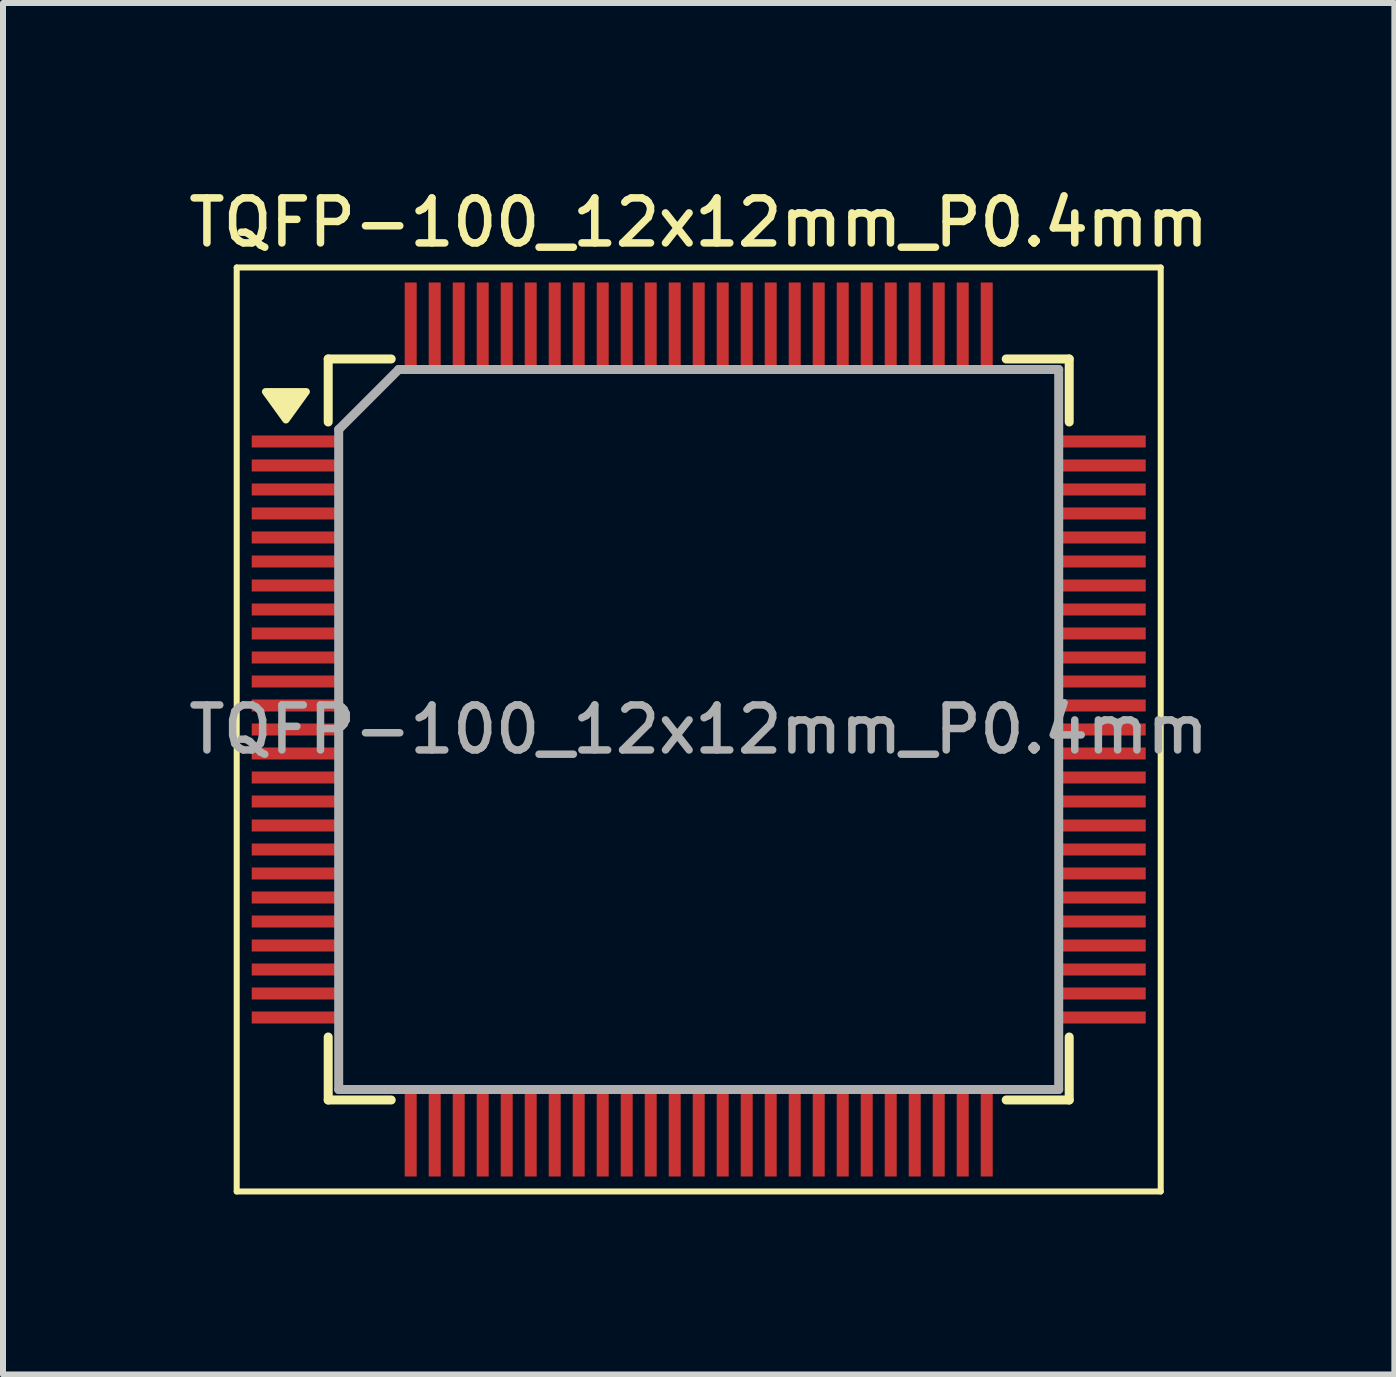
<source format=kicad_pcb>
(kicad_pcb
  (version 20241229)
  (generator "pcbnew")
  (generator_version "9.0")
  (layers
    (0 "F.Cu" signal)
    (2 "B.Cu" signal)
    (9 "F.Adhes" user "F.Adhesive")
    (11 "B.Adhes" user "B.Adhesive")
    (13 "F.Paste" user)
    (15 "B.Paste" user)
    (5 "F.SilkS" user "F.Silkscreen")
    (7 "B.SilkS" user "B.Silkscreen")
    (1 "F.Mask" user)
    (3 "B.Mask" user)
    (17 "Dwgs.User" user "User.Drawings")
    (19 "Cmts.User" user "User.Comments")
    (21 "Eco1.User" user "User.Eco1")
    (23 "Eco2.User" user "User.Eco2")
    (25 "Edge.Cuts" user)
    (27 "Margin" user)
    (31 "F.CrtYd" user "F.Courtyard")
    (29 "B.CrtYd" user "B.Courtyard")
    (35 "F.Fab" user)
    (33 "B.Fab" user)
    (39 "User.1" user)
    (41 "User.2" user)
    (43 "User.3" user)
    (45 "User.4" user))
  (footprint "TQFP-100_12x12mm_P0.4mm"
    (layer "F.Cu")
    (at 8.595 9.108)
    (property "Reference" "TQFP-100_12x12mm_P0.4mm" (at 0 -8.45 0) (layer "F.SilkS") (effects (font (size 0.75 0.75) (thickness 0.125))))
    (attr smd)
    (fp_line (start -7.7 -7.7) (end -7.7 7.7) (stroke (width 0.1) (type solid)) (layer "F.SilkS"))
    (fp_line (start -7.7 -7.7) (end 7.7 -7.7) (stroke (width 0.1) (type solid)) (layer "F.SilkS"))
    (fp_line (start -7.7 7.7) (end 7.7 7.7) (stroke (width 0.1) (type solid)) (layer "F.SilkS"))
    (fp_line (start -6.175 -6.175) (end -5.125 -6.175) (stroke (width 0.15) (type solid)) (layer "F.SilkS"))
    (fp_line (start -6.175 -5.125) (end -6.175 -6.175) (stroke (width 0.15) (type solid)) (layer "F.SilkS"))
    (fp_line (start -6.175 6.175) (end -6.175 5.125) (stroke (width 0.15) (type solid)) (layer "F.SilkS"))
    (fp_line (start -6.175 6.175) (end -5.125 6.175) (stroke (width 0.15) (type solid)) (layer "F.SilkS"))
    (fp_line (start 6.175 -6.175) (end 5.125 -6.175) (stroke (width 0.15) (type solid)) (layer "F.SilkS"))
    (fp_line (start 6.175 -6.175) (end 6.175 -5.125) (stroke (width 0.15) (type solid)) (layer "F.SilkS"))
    (fp_line (start 6.175 6.175) (end 5.125 6.175) (stroke (width 0.15) (type solid)) (layer "F.SilkS"))
    (fp_line (start 6.175 6.175) (end 6.175 5.125) (stroke (width 0.15) (type solid)) (layer "F.SilkS"))
    (fp_line (start 7.7 -7.7) (end 7.7 7.7) (stroke (width 0.1) (type solid)) (layer "F.SilkS"))
    (fp_poly (pts (xy -6.88 -5.16) (xy -7.22 -5.63) (xy -6.54 -5.63) (xy -6.88 -5.16)) (stroke (width 0.12) (type solid)) (fill yes) (layer "F.SilkS"))
    (fp_line (start -6 -5) (end -5 -6) (stroke (width 0.15) (type solid)) (layer "F.Fab"))
    (fp_line (start -6 6) (end -6 -5) (stroke (width 0.15) (type solid)) (layer "F.Fab"))
    (fp_line (start -5 -6) (end 6 -6) (stroke (width 0.15) (type solid)) (layer "F.Fab"))
    (fp_line (start 6 -6) (end 6 6) (stroke (width 0.15) (type solid)) (layer "F.Fab"))
    (fp_line (start 6 6) (end -6 6) (stroke (width 0.15) (type solid)) (layer "F.Fab"))
    (fp_text user "${REFERENCE}" (at 0 0 0) (layer "F.Fab") (effects (font (size 0.75 0.75) (thickness 0.125))))
    (pad "1" smd rect (at -6.7 -4.8) (size 1.5 0.2) (layers "F.Cu" "F.Mask" "F.Paste"))
    (pad "2" smd rect (at -6.7 -4.4) (size 1.5 0.2) (layers "F.Cu" "F.Mask" "F.Paste"))
    (pad "3" smd rect (at -6.7 -4) (size 1.5 0.2) (layers "F.Cu" "F.Mask" "F.Paste"))
    (pad "4" smd rect (at -6.7 -3.6) (size 1.5 0.2) (layers "F.Cu" "F.Mask" "F.Paste"))
    (pad "5" smd rect (at -6.7 -3.2) (size 1.5 0.2) (layers "F.Cu" "F.Mask" "F.Paste"))
    (pad "6" smd rect (at -6.7 -2.8) (size 1.5 0.2) (layers "F.Cu" "F.Mask" "F.Paste"))
    (pad "7" smd rect (at -6.7 -2.4) (size 1.5 0.2) (layers "F.Cu" "F.Mask" "F.Paste"))
    (pad "8" smd rect (at -6.7 -2) (size 1.5 0.2) (layers "F.Cu" "F.Mask" "F.Paste"))
    (pad "9" smd rect (at -6.7 -1.6) (size 1.5 0.2) (layers "F.Cu" "F.Mask" "F.Paste"))
    (pad "10" smd rect (at -6.7 -1.2) (size 1.5 0.2) (layers "F.Cu" "F.Mask" "F.Paste"))
    (pad "11" smd rect (at -6.7 -0.8) (size 1.5 0.2) (layers "F.Cu" "F.Mask" "F.Paste"))
    (pad "12" smd rect (at -6.7 -0.4) (size 1.5 0.2) (layers "F.Cu" "F.Mask" "F.Paste"))
    (pad "13" smd rect (at -6.7 0) (size 1.5 0.2) (layers "F.Cu" "F.Mask" "F.Paste"))
    (pad "14" smd rect (at -6.7 0.4) (size 1.5 0.2) (layers "F.Cu" "F.Mask" "F.Paste"))
    (pad "15" smd rect (at -6.7 0.8) (size 1.5 0.2) (layers "F.Cu" "F.Mask" "F.Paste"))
    (pad "16" smd rect (at -6.7 1.2) (size 1.5 0.2) (layers "F.Cu" "F.Mask" "F.Paste"))
    (pad "17" smd rect (at -6.7 1.6) (size 1.5 0.2) (layers "F.Cu" "F.Mask" "F.Paste"))
    (pad "18" smd rect (at -6.7 2) (size 1.5 0.2) (layers "F.Cu" "F.Mask" "F.Paste"))
    (pad "19" smd rect (at -6.7 2.4) (size 1.5 0.2) (layers "F.Cu" "F.Mask" "F.Paste"))
    (pad "20" smd rect (at -6.7 2.8) (size 1.5 0.2) (layers "F.Cu" "F.Mask" "F.Paste"))
    (pad "21" smd rect (at -6.7 3.2) (size 1.5 0.2) (layers "F.Cu" "F.Mask" "F.Paste"))
    (pad "22" smd rect (at -6.7 3.6) (size 1.5 0.2) (layers "F.Cu" "F.Mask" "F.Paste"))
    (pad "23" smd rect (at -6.7 4) (size 1.5 0.2) (layers "F.Cu" "F.Mask" "F.Paste"))
    (pad "24" smd rect (at -6.7 4.4) (size 1.5 0.2) (layers "F.Cu" "F.Mask" "F.Paste"))
    (pad "25" smd rect (at -6.7 4.8) (size 1.5 0.2) (layers "F.Cu" "F.Mask" "F.Paste"))
    (pad "26" smd rect (at -4.8 6.7 90) (size 1.5 0.2) (layers "F.Cu" "F.Mask" "F.Paste"))
    (pad "27" smd rect (at -4.4 6.7 90) (size 1.5 0.2) (layers "F.Cu" "F.Mask" "F.Paste"))
    (pad "28" smd rect (at -4 6.7 90) (size 1.5 0.2) (layers "F.Cu" "F.Mask" "F.Paste"))
    (pad "29" smd rect (at -3.6 6.7 90) (size 1.5 0.2) (layers "F.Cu" "F.Mask" "F.Paste"))
    (pad "30" smd rect (at -3.2 6.7 90) (size 1.5 0.2) (layers "F.Cu" "F.Mask" "F.Paste"))
    (pad "31" smd rect (at -2.8 6.7 90) (size 1.5 0.2) (layers "F.Cu" "F.Mask" "F.Paste"))
    (pad "32" smd rect (at -2.4 6.7 90) (size 1.5 0.2) (layers "F.Cu" "F.Mask" "F.Paste"))
    (pad "33" smd rect (at -2 6.7 90) (size 1.5 0.2) (layers "F.Cu" "F.Mask" "F.Paste"))
    (pad "34" smd rect (at -1.6 6.7 90) (size 1.5 0.2) (layers "F.Cu" "F.Mask" "F.Paste"))
    (pad "35" smd rect (at -1.2 6.7 90) (size 1.5 0.2) (layers "F.Cu" "F.Mask" "F.Paste"))
    (pad "36" smd rect (at -0.8 6.7 90) (size 1.5 0.2) (layers "F.Cu" "F.Mask" "F.Paste"))
    (pad "37" smd rect (at -0.4 6.7 90) (size 1.5 0.2) (layers "F.Cu" "F.Mask" "F.Paste"))
    (pad "38" smd rect (at 0 6.7 90) (size 1.5 0.2) (layers "F.Cu" "F.Mask" "F.Paste"))
    (pad "39" smd rect (at 0.4 6.7 90) (size 1.5 0.2) (layers "F.Cu" "F.Mask" "F.Paste"))
    (pad "40" smd rect (at 0.8 6.7 90) (size 1.5 0.2) (layers "F.Cu" "F.Mask" "F.Paste"))
    (pad "41" smd rect (at 1.2 6.7 90) (size 1.5 0.2) (layers "F.Cu" "F.Mask" "F.Paste"))
    (pad "42" smd rect (at 1.6 6.7 90) (size 1.5 0.2) (layers "F.Cu" "F.Mask" "F.Paste"))
    (pad "43" smd rect (at 2 6.7 90) (size 1.5 0.2) (layers "F.Cu" "F.Mask" "F.Paste"))
    (pad "44" smd rect (at 2.4 6.7 90) (size 1.5 0.2) (layers "F.Cu" "F.Mask" "F.Paste"))
    (pad "45" smd rect (at 2.8 6.7 90) (size 1.5 0.2) (layers "F.Cu" "F.Mask" "F.Paste"))
    (pad "46" smd rect (at 3.2 6.7 90) (size 1.5 0.2) (layers "F.Cu" "F.Mask" "F.Paste"))
    (pad "47" smd rect (at 3.6 6.7 90) (size 1.5 0.2) (layers "F.Cu" "F.Mask" "F.Paste"))
    (pad "48" smd rect (at 4 6.7 90) (size 1.5 0.2) (layers "F.Cu" "F.Mask" "F.Paste"))
    (pad "49" smd rect (at 4.4 6.7 90) (size 1.5 0.2) (layers "F.Cu" "F.Mask" "F.Paste"))
    (pad "50" smd rect (at 4.8 6.7 90) (size 1.5 0.2) (layers "F.Cu" "F.Mask" "F.Paste"))
    (pad "51" smd rect (at 6.7 4.8) (size 1.5 0.2) (layers "F.Cu" "F.Mask" "F.Paste"))
    (pad "52" smd rect (at 6.7 4.4) (size 1.5 0.2) (layers "F.Cu" "F.Mask" "F.Paste"))
    (pad "53" smd rect (at 6.7 4) (size 1.5 0.2) (layers "F.Cu" "F.Mask" "F.Paste"))
    (pad "54" smd rect (at 6.7 3.6) (size 1.5 0.2) (layers "F.Cu" "F.Mask" "F.Paste"))
    (pad "55" smd rect (at 6.7 3.2) (size 1.5 0.2) (layers "F.Cu" "F.Mask" "F.Paste"))
    (pad "56" smd rect (at 6.7 2.8) (size 1.5 0.2) (layers "F.Cu" "F.Mask" "F.Paste"))
    (pad "57" smd rect (at 6.7 2.4) (size 1.5 0.2) (layers "F.Cu" "F.Mask" "F.Paste"))
    (pad "58" smd rect (at 6.7 2) (size 1.5 0.2) (layers "F.Cu" "F.Mask" "F.Paste"))
    (pad "59" smd rect (at 6.7 1.6) (size 1.5 0.2) (layers "F.Cu" "F.Mask" "F.Paste"))
    (pad "60" smd rect (at 6.7 1.2) (size 1.5 0.2) (layers "F.Cu" "F.Mask" "F.Paste"))
    (pad "61" smd rect (at 6.7 0.8) (size 1.5 0.2) (layers "F.Cu" "F.Mask" "F.Paste"))
    (pad "62" smd rect (at 6.7 0.4) (size 1.5 0.2) (layers "F.Cu" "F.Mask" "F.Paste"))
    (pad "63" smd rect (at 6.7 0) (size 1.5 0.2) (layers "F.Cu" "F.Mask" "F.Paste"))
    (pad "64" smd rect (at 6.7 -0.4) (size 1.5 0.2) (layers "F.Cu" "F.Mask" "F.Paste"))
    (pad "65" smd rect (at 6.7 -0.8) (size 1.5 0.2) (layers "F.Cu" "F.Mask" "F.Paste"))
    (pad "66" smd rect (at 6.7 -1.2) (size 1.5 0.2) (layers "F.Cu" "F.Mask" "F.Paste"))
    (pad "67" smd rect (at 6.7 -1.6) (size 1.5 0.2) (layers "F.Cu" "F.Mask" "F.Paste"))
    (pad "68" smd rect (at 6.7 -2) (size 1.5 0.2) (layers "F.Cu" "F.Mask" "F.Paste"))
    (pad "69" smd rect (at 6.7 -2.4) (size 1.5 0.2) (layers "F.Cu" "F.Mask" "F.Paste"))
    (pad "70" smd rect (at 6.7 -2.8) (size 1.5 0.2) (layers "F.Cu" "F.Mask" "F.Paste"))
    (pad "71" smd rect (at 6.7 -3.2) (size 1.5 0.2) (layers "F.Cu" "F.Mask" "F.Paste"))
    (pad "72" smd rect (at 6.7 -3.6) (size 1.5 0.2) (layers "F.Cu" "F.Mask" "F.Paste"))
    (pad "73" smd rect (at 6.7 -4) (size 1.5 0.2) (layers "F.Cu" "F.Mask" "F.Paste"))
    (pad "74" smd rect (at 6.7 -4.4) (size 1.5 0.2) (layers "F.Cu" "F.Mask" "F.Paste"))
    (pad "75" smd rect (at 6.7 -4.8) (size 1.5 0.2) (layers "F.Cu" "F.Mask" "F.Paste"))
    (pad "76" smd rect (at 4.8 -6.7 90) (size 1.5 0.2) (layers "F.Cu" "F.Mask" "F.Paste"))
    (pad "77" smd rect (at 4.4 -6.7 90) (size 1.5 0.2) (layers "F.Cu" "F.Mask" "F.Paste"))
    (pad "78" smd rect (at 4 -6.7 90) (size 1.5 0.2) (layers "F.Cu" "F.Mask" "F.Paste"))
    (pad "79" smd rect (at 3.6 -6.7 90) (size 1.5 0.2) (layers "F.Cu" "F.Mask" "F.Paste"))
    (pad "80" smd rect (at 3.2 -6.7 90) (size 1.5 0.2) (layers "F.Cu" "F.Mask" "F.Paste"))
    (pad "81" smd rect (at 2.8 -6.7 90) (size 1.5 0.2) (layers "F.Cu" "F.Mask" "F.Paste"))
    (pad "82" smd rect (at 2.4 -6.7 90) (size 1.5 0.2) (layers "F.Cu" "F.Mask" "F.Paste"))
    (pad "83" smd rect (at 2 -6.7 90) (size 1.5 0.2) (layers "F.Cu" "F.Mask" "F.Paste"))
    (pad "84" smd rect (at 1.6 -6.7 90) (size 1.5 0.2) (layers "F.Cu" "F.Mask" "F.Paste"))
    (pad "85" smd rect (at 1.2 -6.7 90) (size 1.5 0.2) (layers "F.Cu" "F.Mask" "F.Paste"))
    (pad "86" smd rect (at 0.8 -6.7 90) (size 1.5 0.2) (layers "F.Cu" "F.Mask" "F.Paste"))
    (pad "87" smd rect (at 0.4 -6.7 90) (size 1.5 0.2) (layers "F.Cu" "F.Mask" "F.Paste"))
    (pad "88" smd rect (at 0 -6.7 90) (size 1.5 0.2) (layers "F.Cu" "F.Mask" "F.Paste"))
    (pad "89" smd rect (at -0.4 -6.7 90) (size 1.5 0.2) (layers "F.Cu" "F.Mask" "F.Paste"))
    (pad "90" smd rect (at -0.8 -6.7 90) (size 1.5 0.2) (layers "F.Cu" "F.Mask" "F.Paste"))
    (pad "91" smd rect (at -1.2 -6.7 90) (size 1.5 0.2) (layers "F.Cu" "F.Mask" "F.Paste"))
    (pad "92" smd rect (at -1.6 -6.7 90) (size 1.5 0.2) (layers "F.Cu" "F.Mask" "F.Paste"))
    (pad "93" smd rect (at -2 -6.7 90) (size 1.5 0.2) (layers "F.Cu" "F.Mask" "F.Paste"))
    (pad "94" smd rect (at -2.4 -6.7 90) (size 1.5 0.2) (layers "F.Cu" "F.Mask" "F.Paste"))
    (pad "95" smd rect (at -2.8 -6.7 90) (size 1.5 0.2) (layers "F.Cu" "F.Mask" "F.Paste"))
    (pad "96" smd rect (at -3.2 -6.7 90) (size 1.5 0.2) (layers "F.Cu" "F.Mask" "F.Paste"))
    (pad "97" smd rect (at -3.6 -6.7 90) (size 1.5 0.2) (layers "F.Cu" "F.Mask" "F.Paste"))
    (pad "98" smd rect (at -4 -6.7 90) (size 1.5 0.2) (layers "F.Cu" "F.Mask" "F.Paste"))
    (pad "99" smd rect (at -4.4 -6.7 90) (size 1.5 0.2) (layers "F.Cu" "F.Mask" "F.Paste"))
    (pad "100" smd rect (at -4.8 -6.7 90) (size 1.5 0.2) (layers "F.Cu" "F.Mask" "F.Paste")))
  (gr_rect
    (start -3 -3)
    (end 20.189 19.858)
    (stroke (width 0.1) (type default))
    (fill no)
    (layer "Edge.Cuts")))
</source>
